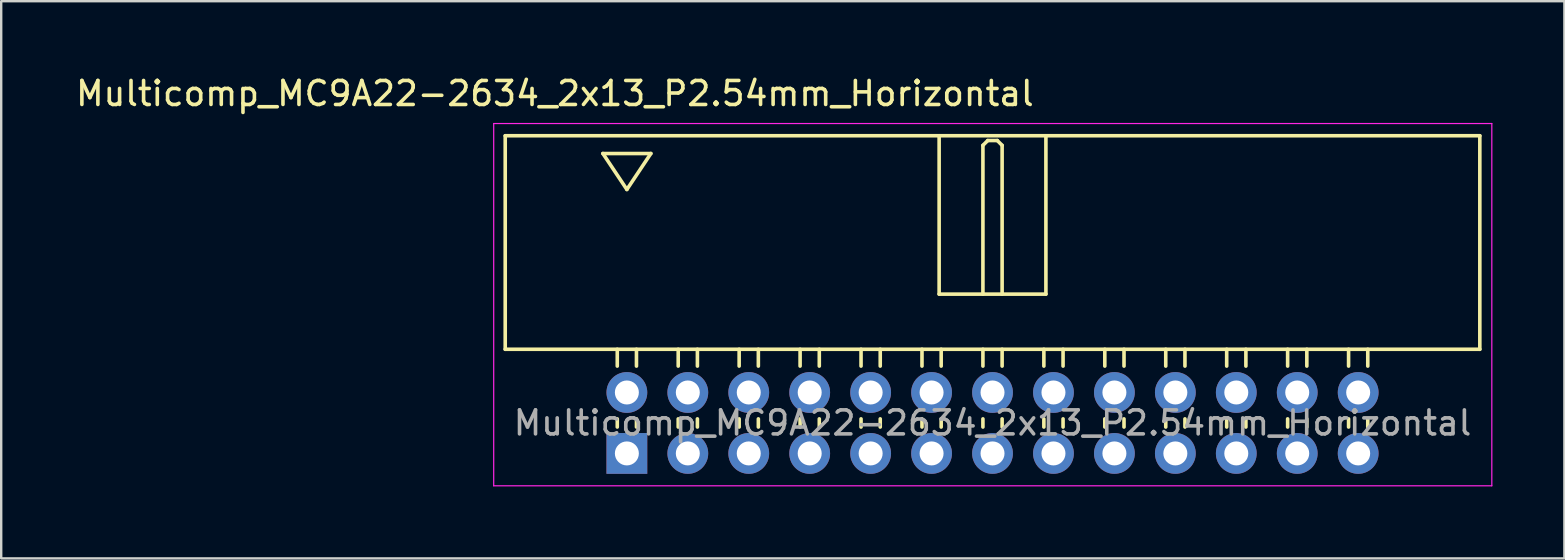
<source format=kicad_pcb>
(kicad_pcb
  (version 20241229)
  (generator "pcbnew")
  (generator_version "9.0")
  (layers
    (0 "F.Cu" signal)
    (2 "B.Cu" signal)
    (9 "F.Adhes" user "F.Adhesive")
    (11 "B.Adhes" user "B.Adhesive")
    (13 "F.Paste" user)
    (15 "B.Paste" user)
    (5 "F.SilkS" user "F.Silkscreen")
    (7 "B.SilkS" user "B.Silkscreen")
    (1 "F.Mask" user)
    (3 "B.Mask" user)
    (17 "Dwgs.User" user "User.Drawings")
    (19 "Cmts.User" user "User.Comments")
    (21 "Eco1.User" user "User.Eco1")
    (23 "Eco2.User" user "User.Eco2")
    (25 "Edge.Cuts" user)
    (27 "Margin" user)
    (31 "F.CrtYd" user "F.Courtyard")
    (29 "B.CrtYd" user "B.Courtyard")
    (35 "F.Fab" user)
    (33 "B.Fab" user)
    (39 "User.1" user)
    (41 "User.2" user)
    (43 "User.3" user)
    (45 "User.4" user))
  (footprint "Multicomp_MC9A22-2634_2x13_P2.54mm_Horizontal"
    (layer "F.Cu")
    (at 23.077 15.848)
    (property "Reference" "Multicomp_MC9A22-2634_2x13_P2.54mm_Horizontal" (at -3 -15 0) (layer "F.SilkS") (effects (font (size 1 1) (thickness 0.15))))
    (attr through_hole)
    (fp_line (start -5.07 -13.24) (end 35.55 -13.24) (stroke (width 0.15) (type solid)) (layer "F.SilkS"))
    (fp_line (start -5.07 -4.34) (end -5.07 -13.24) (stroke (width 0.15) (type solid)) (layer "F.SilkS"))
    (fp_line (start -1 -12.5) (end 1 -12.5) (stroke (width 0.15) (type solid)) (layer "F.SilkS"))
    (fp_line (start -0.4 -3.64) (end -0.4 -4.34) (stroke (width 0.15) (type solid)) (layer "F.SilkS"))
    (fp_line (start -0.4 -1.1) (end -0.4 -1.44) (stroke (width 0.15) (type solid)) (layer "F.SilkS"))
    (fp_line (start 0 -11) (end -1 -12.5) (stroke (width 0.15) (type solid)) (layer "F.SilkS"))
    (fp_line (start 0.4 -3.64) (end 0.4 -4.34) (stroke (width 0.15) (type solid)) (layer "F.SilkS"))
    (fp_line (start 0.4 -1.1) (end 0.4 -1.44) (stroke (width 0.15) (type solid)) (layer "F.SilkS"))
    (fp_line (start 1 -12.5) (end 0 -11) (stroke (width 0.15) (type solid)) (layer "F.SilkS"))
    (fp_line (start 2.14 -3.64) (end 2.14 -4.34) (stroke (width 0.15) (type solid)) (layer "F.SilkS"))
    (fp_line (start 2.14 -1.1) (end 2.14 -1.44) (stroke (width 0.15) (type solid)) (layer "F.SilkS"))
    (fp_line (start 2.94 -3.64) (end 2.94 -4.34) (stroke (width 0.15) (type solid)) (layer "F.SilkS"))
    (fp_line (start 2.94 -1.1) (end 2.94 -1.44) (stroke (width 0.15) (type solid)) (layer "F.SilkS"))
    (fp_line (start 4.68 -3.64) (end 4.68 -4.34) (stroke (width 0.15) (type solid)) (layer "F.SilkS"))
    (fp_line (start 4.68 -1.1) (end 4.68 -1.44) (stroke (width 0.15) (type solid)) (layer "F.SilkS"))
    (fp_line (start 5.48 -3.64) (end 5.48 -4.34) (stroke (width 0.15) (type solid)) (layer "F.SilkS"))
    (fp_line (start 5.48 -1.1) (end 5.48 -1.44) (stroke (width 0.15) (type solid)) (layer "F.SilkS"))
    (fp_line (start 7.22 -3.64) (end 7.22 -4.34) (stroke (width 0.15) (type solid)) (layer "F.SilkS"))
    (fp_line (start 7.22 -1.1) (end 7.22 -1.44) (stroke (width 0.15) (type solid)) (layer "F.SilkS"))
    (fp_line (start 8.02 -3.64) (end 8.02 -4.34) (stroke (width 0.15) (type solid)) (layer "F.SilkS"))
    (fp_line (start 8.02 -1.1) (end 8.02 -1.44) (stroke (width 0.15) (type solid)) (layer "F.SilkS"))
    (fp_line (start 9.76 -3.64) (end 9.76 -4.34) (stroke (width 0.15) (type solid)) (layer "F.SilkS"))
    (fp_line (start 9.76 -1.1) (end 9.76 -1.44) (stroke (width 0.15) (type solid)) (layer "F.SilkS"))
    (fp_line (start 10.56 -3.64) (end 10.56 -4.34) (stroke (width 0.15) (type solid)) (layer "F.SilkS"))
    (fp_line (start 10.56 -1.1) (end 10.56 -1.44) (stroke (width 0.15) (type solid)) (layer "F.SilkS"))
    (fp_line (start 12.3 -3.64) (end 12.3 -4.34) (stroke (width 0.15) (type solid)) (layer "F.SilkS"))
    (fp_line (start 12.3 -1.1) (end 12.3 -1.44) (stroke (width 0.15) (type solid)) (layer "F.SilkS"))
    (fp_line (start 13.015 -13.24) (end 13.015 -6.64) (stroke (width 0.15) (type solid)) (layer "F.SilkS"))
    (fp_line (start 13.015 -6.64) (end 17.465 -6.64) (stroke (width 0.15) (type solid)) (layer "F.SilkS"))
    (fp_line (start 13.1 -3.64) (end 13.1 -4.34) (stroke (width 0.15) (type solid)) (layer "F.SilkS"))
    (fp_line (start 13.1 -1.1) (end 13.1 -1.44) (stroke (width 0.15) (type solid)) (layer "F.SilkS"))
    (fp_line (start 14.84 -12.84) (end 15.04 -13.04) (stroke (width 0.15) (type solid)) (layer "F.SilkS"))
    (fp_line (start 14.84 -6.64) (end 14.84 -12.84) (stroke (width 0.15) (type solid)) (layer "F.SilkS"))
    (fp_line (start 14.84 -3.64) (end 14.84 -4.34) (stroke (width 0.15) (type solid)) (layer "F.SilkS"))
    (fp_line (start 14.84 -1.1) (end 14.84 -1.44) (stroke (width 0.15) (type solid)) (layer "F.SilkS"))
    (fp_line (start 15.04 -13.04) (end 15.44 -13.04) (stroke (width 0.15) (type solid)) (layer "F.SilkS"))
    (fp_line (start 15.44 -13.04) (end 15.64 -12.84) (stroke (width 0.15) (type solid)) (layer "F.SilkS"))
    (fp_line (start 15.64 -12.84) (end 15.64 -6.64) (stroke (width 0.15) (type solid)) (layer "F.SilkS"))
    (fp_line (start 15.64 -3.64) (end 15.64 -4.34) (stroke (width 0.15) (type solid)) (layer "F.SilkS"))
    (fp_line (start 15.64 -1.1) (end 15.64 -1.44) (stroke (width 0.15) (type solid)) (layer "F.SilkS"))
    (fp_line (start 17.38 -3.64) (end 17.38 -4.34) (stroke (width 0.15) (type solid)) (layer "F.SilkS"))
    (fp_line (start 17.38 -1.1) (end 17.38 -1.44) (stroke (width 0.15) (type solid)) (layer "F.SilkS"))
    (fp_line (start 17.465 -6.64) (end 17.465 -13.24) (stroke (width 0.15) (type solid)) (layer "F.SilkS"))
    (fp_line (start 18.18 -3.64) (end 18.18 -4.34) (stroke (width 0.15) (type solid)) (layer "F.SilkS"))
    (fp_line (start 18.18 -1.1) (end 18.18 -1.44) (stroke (width 0.15) (type solid)) (layer "F.SilkS"))
    (fp_line (start 19.92 -3.64) (end 19.92 -4.34) (stroke (width 0.15) (type solid)) (layer "F.SilkS"))
    (fp_line (start 19.92 -1.1) (end 19.92 -1.44) (stroke (width 0.15) (type solid)) (layer "F.SilkS"))
    (fp_line (start 20.72 -3.64) (end 20.72 -4.34) (stroke (width 0.15) (type solid)) (layer "F.SilkS"))
    (fp_line (start 20.72 -1.1) (end 20.72 -1.44) (stroke (width 0.15) (type solid)) (layer "F.SilkS"))
    (fp_line (start 22.46 -3.64) (end 22.46 -4.34) (stroke (width 0.15) (type solid)) (layer "F.SilkS"))
    (fp_line (start 22.46 -1.1) (end 22.46 -1.44) (stroke (width 0.15) (type solid)) (layer "F.SilkS"))
    (fp_line (start 23.26 -3.64) (end 23.26 -4.34) (stroke (width 0.15) (type solid)) (layer "F.SilkS"))
    (fp_line (start 23.26 -1.1) (end 23.26 -1.44) (stroke (width 0.15) (type solid)) (layer "F.SilkS"))
    (fp_line (start 25 -3.64) (end 25 -4.34) (stroke (width 0.15) (type solid)) (layer "F.SilkS"))
    (fp_line (start 25 -1.1) (end 25 -1.44) (stroke (width 0.15) (type solid)) (layer "F.SilkS"))
    (fp_line (start 25.8 -3.64) (end 25.8 -4.34) (stroke (width 0.15) (type solid)) (layer "F.SilkS"))
    (fp_line (start 25.8 -1.1) (end 25.8 -1.44) (stroke (width 0.15) (type solid)) (layer "F.SilkS"))
    (fp_line (start 27.54 -3.64) (end 27.54 -4.34) (stroke (width 0.15) (type solid)) (layer "F.SilkS"))
    (fp_line (start 27.54 -1.1) (end 27.54 -1.44) (stroke (width 0.15) (type solid)) (layer "F.SilkS"))
    (fp_line (start 28.34 -3.64) (end 28.34 -4.34) (stroke (width 0.15) (type solid)) (layer "F.SilkS"))
    (fp_line (start 28.34 -1.1) (end 28.34 -1.44) (stroke (width 0.15) (type solid)) (layer "F.SilkS"))
    (fp_line (start 30.08 -3.64) (end 30.08 -4.34) (stroke (width 0.15) (type solid)) (layer "F.SilkS"))
    (fp_line (start 30.08 -1.1) (end 30.08 -1.44) (stroke (width 0.15) (type solid)) (layer "F.SilkS"))
    (fp_line (start 30.88 -3.64) (end 30.88 -4.34) (stroke (width 0.15) (type solid)) (layer "F.SilkS"))
    (fp_line (start 30.88 -1.1) (end 30.88 -1.44) (stroke (width 0.15) (type solid)) (layer "F.SilkS"))
    (fp_line (start 35.55 -13.24) (end 35.55 -4.34) (stroke (width 0.15) (type solid)) (layer "F.SilkS"))
    (fp_line (start 35.55 -4.34) (end -5.07 -4.34) (stroke (width 0.15) (type solid)) (layer "F.SilkS"))
    (fp_line (start -5.55 -13.75) (end 36.05 -13.75) (stroke (width 0.05) (type solid)) (layer "F.CrtYd"))
    (fp_line (start -5.55 1.35) (end -5.55 -13.75) (stroke (width 0.05) (type solid)) (layer "F.CrtYd"))
    (fp_line (start 36.05 -13.75) (end 36.05 1.35) (stroke (width 0.05) (type solid)) (layer "F.CrtYd"))
    (fp_line (start 36.05 1.35) (end -5.55 1.35) (stroke (width 0.05) (type solid)) (layer "F.CrtYd"))
    (fp_text user "${REFERENCE}" (at 15.24 -1.27 0) (layer "F.Fab") (effects (font (size 1 1) (thickness 0.15))))
    (pad "1" thru_hole rect (at 0 0) (size 1.7 1.7) (drill 1) (layers "*.Cu" "*.Mask"))
    (pad "2" thru_hole circle (at 0 -2.54) (size 1.7 1.7) (drill 1) (layers "*.Cu" "*.Mask"))
    (pad "3" thru_hole circle (at 2.54 0) (size 1.7 1.7) (drill 1) (layers "*.Cu" "*.Mask"))
    (pad "4" thru_hole circle (at 2.54 -2.54) (size 1.7 1.7) (drill 1) (layers "*.Cu" "*.Mask"))
    (pad "5" thru_hole circle (at 5.08 0) (size 1.7 1.7) (drill 1) (layers "*.Cu" "*.Mask"))
    (pad "6" thru_hole circle (at 5.08 -2.54) (size 1.7 1.7) (drill 1) (layers "*.Cu" "*.Mask"))
    (pad "7" thru_hole circle (at 7.62 0) (size 1.7 1.7) (drill 1) (layers "*.Cu" "*.Mask"))
    (pad "8" thru_hole circle (at 7.62 -2.54) (size 1.7 1.7) (drill 1) (layers "*.Cu" "*.Mask"))
    (pad "9" thru_hole circle (at 10.16 0) (size 1.7 1.7) (drill 1) (layers "*.Cu" "*.Mask"))
    (pad "10" thru_hole circle (at 10.16 -2.54) (size 1.7 1.7) (drill 1) (layers "*.Cu" "*.Mask"))
    (pad "11" thru_hole circle (at 12.7 0) (size 1.7 1.7) (drill 1) (layers "*.Cu" "*.Mask"))
    (pad "12" thru_hole circle (at 12.7 -2.54) (size 1.7 1.7) (drill 1) (layers "*.Cu" "*.Mask"))
    (pad "13" thru_hole circle (at 15.24 0) (size 1.7 1.7) (drill 1) (layers "*.Cu" "*.Mask"))
    (pad "14" thru_hole circle (at 15.24 -2.54) (size 1.7 1.7) (drill 1) (layers "*.Cu" "*.Mask"))
    (pad "15" thru_hole circle (at 17.78 0) (size 1.7 1.7) (drill 1) (layers "*.Cu" "*.Mask"))
    (pad "16" thru_hole circle (at 17.78 -2.54) (size 1.7 1.7) (drill 1) (layers "*.Cu" "*.Mask"))
    (pad "17" thru_hole circle (at 20.32 0) (size 1.7 1.7) (drill 1) (layers "*.Cu" "*.Mask"))
    (pad "18" thru_hole circle (at 20.32 -2.54) (size 1.7 1.7) (drill 1) (layers "*.Cu" "*.Mask"))
    (pad "19" thru_hole circle (at 22.86 0) (size 1.7 1.7) (drill 1) (layers "*.Cu" "*.Mask"))
    (pad "20" thru_hole circle (at 22.86 -2.54) (size 1.7 1.7) (drill 1) (layers "*.Cu" "*.Mask"))
    (pad "21" thru_hole circle (at 25.4 0) (size 1.7 1.7) (drill 1) (layers "*.Cu" "*.Mask"))
    (pad "22" thru_hole circle (at 25.4 -2.54) (size 1.7 1.7) (drill 1) (layers "*.Cu" "*.Mask"))
    (pad "23" thru_hole circle (at 27.94 0) (size 1.7 1.7) (drill 1) (layers "*.Cu" "*.Mask"))
    (pad "24" thru_hole circle (at 27.94 -2.54) (size 1.7 1.7) (drill 1) (layers "*.Cu" "*.Mask"))
    (pad "25" thru_hole circle (at 30.48 0) (size 1.7 1.7) (drill 1) (layers "*.Cu" "*.Mask"))
    (pad "26" thru_hole circle (at 30.48 -2.54) (size 1.7 1.7) (drill 1) (layers "*.Cu" "*.Mask")))
  (gr_rect
    (start -3 -3)
    (end 62.152 20.223)
    (stroke (width 0.1) (type default))
    (fill no)
    (layer "Edge.Cuts")))
</source>
